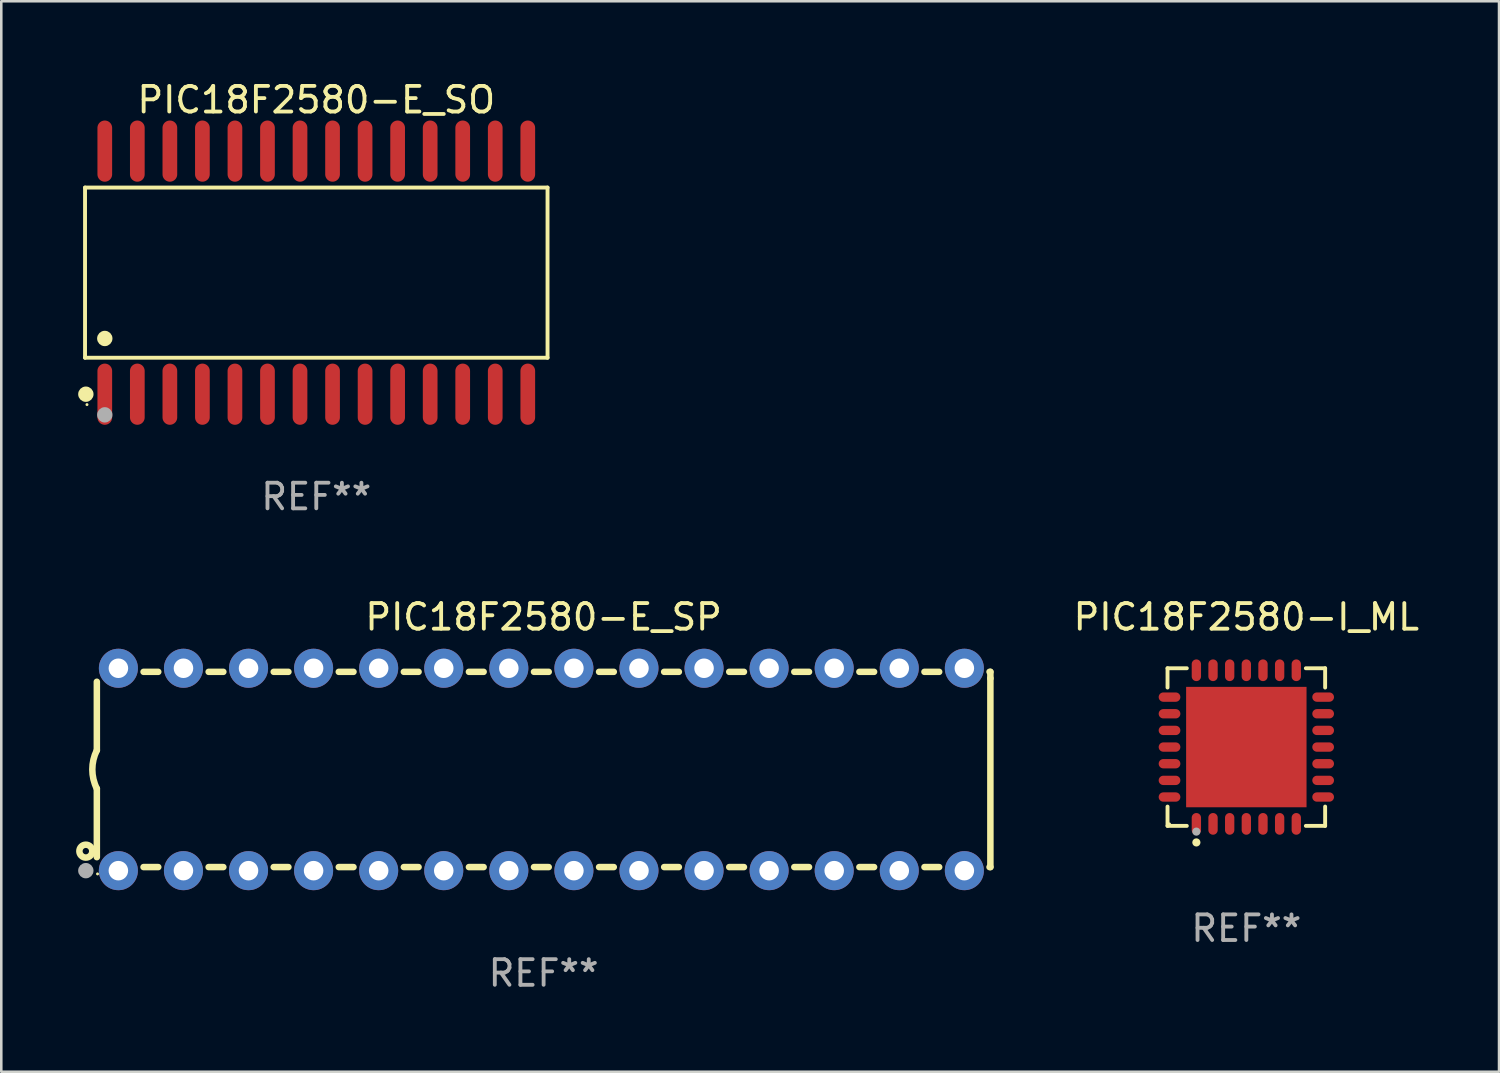
<source format=kicad_pcb>
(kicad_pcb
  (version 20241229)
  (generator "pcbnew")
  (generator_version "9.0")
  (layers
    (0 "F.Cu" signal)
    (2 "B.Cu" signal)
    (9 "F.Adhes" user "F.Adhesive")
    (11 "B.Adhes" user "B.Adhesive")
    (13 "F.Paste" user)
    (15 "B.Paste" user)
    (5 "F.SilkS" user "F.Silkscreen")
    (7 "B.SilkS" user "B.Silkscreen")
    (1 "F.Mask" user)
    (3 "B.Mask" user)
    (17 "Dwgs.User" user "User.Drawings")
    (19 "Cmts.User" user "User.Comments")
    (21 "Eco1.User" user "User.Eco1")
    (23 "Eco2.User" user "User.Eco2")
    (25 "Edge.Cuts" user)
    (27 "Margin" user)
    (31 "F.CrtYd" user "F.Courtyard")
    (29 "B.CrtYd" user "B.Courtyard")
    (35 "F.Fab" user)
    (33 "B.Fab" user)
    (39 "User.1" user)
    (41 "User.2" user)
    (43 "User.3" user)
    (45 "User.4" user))
  (footprint "PIC18F2580-I_ML"
    (layer "F.Cu")
    (at 45.596 26.109)
    (property "Reference" "PIC18F2580-I_ML" (at 0 -5.076 0) (layer "F.SilkS") (effects (font (size 1 1) (thickness 0.15))))
    (attr through_hole)
    (fp_line (start -3.076 -3.076) (end -2.323 -3.076) (stroke (width 0.152) (type solid)) (layer "F.SilkS"))
    (fp_line (start -3.076 -2.323) (end -3.076 -3.076) (stroke (width 0.152) (type solid)) (layer "F.SilkS"))
    (fp_line (start -3.076 2.323) (end -3.076 3.076) (stroke (width 0.152) (type solid)) (layer "F.SilkS"))
    (fp_line (start -3.076 3.076) (end -2.323 3.076) (stroke (width 0.152) (type solid)) (layer "F.SilkS"))
    (fp_line (start 3.076 -3.076) (end 2.323 -3.076) (stroke (width 0.152) (type solid)) (layer "F.SilkS"))
    (fp_line (start 3.076 -2.323) (end 3.076 -3.076) (stroke (width 0.152) (type solid)) (layer "F.SilkS"))
    (fp_line (start 3.076 2.323) (end 3.076 3.076) (stroke (width 0.152) (type solid)) (layer "F.SilkS"))
    (fp_line (start 3.076 3.076) (end 2.323 3.076) (stroke (width 0.152) (type solid)) (layer "F.SilkS"))
    (fp_circle (center -3 3) (end -2.97 3) (stroke (width 0.06) (type solid)) (fill no) (layer "F.SilkS"))
    (fp_circle (center -1.95 3.722) (end -1.87 3.722) (stroke (width 0.16) (type solid)) (fill no) (layer "F.SilkS"))
    (fp_circle (center -1.95 3.3) (end -1.87 3.3) (stroke (width 0.16) (type solid)) (fill no) (layer "F.Fab"))
    (fp_text user "REF**" (at 0 7.076 0) (layer "F.Fab") (effects (font (size 1 1) (thickness 0.15))))
    (pad "1" smd oval (at -1.95 2.998) (size 0.364 0.847) (layers "F.Cu" "F.Mask" "F.Paste"))
    (pad "2" smd oval (at -1.3 2.998) (size 0.364 0.847) (layers "F.Cu" "F.Mask" "F.Paste"))
    (pad "3" smd oval (at -0.65 2.998) (size 0.364 0.847) (layers "F.Cu" "F.Mask" "F.Paste"))
    (pad "4" smd oval (at 0 2.998) (size 0.364 0.847) (layers "F.Cu" "F.Mask" "F.Paste"))
    (pad "5" smd oval (at 0.65 2.998) (size 0.364 0.847) (layers "F.Cu" "F.Mask" "F.Paste"))
    (pad "6" smd oval (at 1.3 2.998) (size 0.364 0.847) (layers "F.Cu" "F.Mask" "F.Paste"))
    (pad "7" smd oval (at 1.95 2.998) (size 0.364 0.847) (layers "F.Cu" "F.Mask" "F.Paste"))
    (pad "8" smd oval (at 2.998 1.95) (size 0.847 0.364) (layers "F.Cu" "F.Mask" "F.Paste"))
    (pad "9" smd oval (at 2.998 1.3) (size 0.847 0.364) (layers "F.Cu" "F.Mask" "F.Paste"))
    (pad "10" smd oval (at 2.998 0.65) (size 0.847 0.364) (layers "F.Cu" "F.Mask" "F.Paste"))
    (pad "11" smd oval (at 2.998 0) (size 0.847 0.364) (layers "F.Cu" "F.Mask" "F.Paste"))
    (pad "12" smd oval (at 2.998 -0.65) (size 0.847 0.364) (layers "F.Cu" "F.Mask" "F.Paste"))
    (pad "13" smd oval (at 2.998 -1.3) (size 0.847 0.364) (layers "F.Cu" "F.Mask" "F.Paste"))
    (pad "14" smd oval (at 2.998 -1.95) (size 0.847 0.364) (layers "F.Cu" "F.Mask" "F.Paste"))
    (pad "15" smd oval (at 1.95 -2.998) (size 0.364 0.847) (layers "F.Cu" "F.Mask" "F.Paste"))
    (pad "16" smd oval (at 1.3 -2.998) (size 0.364 0.847) (layers "F.Cu" "F.Mask" "F.Paste"))
    (pad "17" smd oval (at 0.65 -2.998) (size 0.364 0.847) (layers "F.Cu" "F.Mask" "F.Paste"))
    (pad "18" smd oval (at 0 -2.998) (size 0.364 0.847) (layers "F.Cu" "F.Mask" "F.Paste"))
    (pad "19" smd oval (at -0.65 -2.998) (size 0.364 0.847) (layers "F.Cu" "F.Mask" "F.Paste"))
    (pad "20" smd oval (at -1.3 -2.998) (size 0.364 0.847) (layers "F.Cu" "F.Mask" "F.Paste"))
    (pad "21" smd oval (at -1.95 -2.998) (size 0.364 0.847) (layers "F.Cu" "F.Mask" "F.Paste"))
    (pad "22" smd oval (at -2.998 -1.95) (size 0.847 0.364) (layers "F.Cu" "F.Mask" "F.Paste"))
    (pad "23" smd oval (at -2.998 -1.3) (size 0.847 0.364) (layers "F.Cu" "F.Mask" "F.Paste"))
    (pad "24" smd oval (at -2.998 -0.65) (size 0.847 0.364) (layers "F.Cu" "F.Mask" "F.Paste"))
    (pad "25" smd oval (at -2.998 0) (size 0.847 0.364) (layers "F.Cu" "F.Mask" "F.Paste"))
    (pad "26" smd oval (at -2.998 0.65) (size 0.847 0.364) (layers "F.Cu" "F.Mask" "F.Paste"))
    (pad "27" smd oval (at -2.998 1.3) (size 0.847 0.364) (layers "F.Cu" "F.Mask" "F.Paste"))
    (pad "28" smd oval (at -2.998 1.95) (size 0.847 0.364) (layers "F.Cu" "F.Mask" "F.Paste"))
    (pad "29" smd rect (at 0 0) (size 4.7 4.7) (layers "F.Cu" "F.Mask" "F.Paste")))
  (footprint "PIC18F2580-E_SO"
    (layer "F.Cu")
    (at 9.295 7.592)
    (property "Reference" "PIC18F2580-E_SO" (at 0 -6.744 0) (layer "F.SilkS") (effects (font (size 1 1) (thickness 0.15))))
    (attr through_hole)
    (fp_line (start -9.026 -3.321) (end 9.026 -3.321) (stroke (width 0.152) (type solid)) (layer "F.SilkS"))
    (fp_line (start -9.026 3.321) (end -9.026 -3.321) (stroke (width 0.152) (type solid)) (layer "F.SilkS"))
    (fp_line (start 9.026 -3.321) (end 9.026 3.321) (stroke (width 0.152) (type solid)) (layer "F.SilkS"))
    (fp_line (start 9.026 3.321) (end -9.026 3.321) (stroke (width 0.152) (type solid)) (layer "F.SilkS"))
    (fp_circle (center -8.994 4.744) (end -8.844 4.744) (stroke (width 0.3) (type solid)) (fill no) (layer "F.SilkS"))
    (fp_circle (center -8.95 5.15) (end -8.92 5.15) (stroke (width 0.06) (type solid)) (fill no) (layer "F.SilkS"))
    (fp_circle (center -8.255 2.569) (end -8.105 2.569) (stroke (width 0.3) (type solid)) (fill no) (layer "F.SilkS"))
    (fp_circle (center -8.255 5.55) (end -8.105 5.55) (stroke (width 0.3) (type solid)) (fill no) (layer "F.Fab"))
    (fp_text user "REF**" (at 0 8.744 0) (layer "F.Fab") (effects (font (size 1 1) (thickness 0.15))))
    (pad "1" smd oval (at -8.255 4.744) (size 0.574 2.388) (layers "F.Cu" "F.Mask" "F.Paste"))
    (pad "2" smd oval (at -6.985 4.744) (size 0.574 2.388) (layers "F.Cu" "F.Mask" "F.Paste"))
    (pad "3" smd oval (at -5.715 4.744) (size 0.574 2.388) (layers "F.Cu" "F.Mask" "F.Paste"))
    (pad "4" smd oval (at -4.445 4.744) (size 0.574 2.388) (layers "F.Cu" "F.Mask" "F.Paste"))
    (pad "5" smd oval (at -3.175 4.744) (size 0.574 2.388) (layers "F.Cu" "F.Mask" "F.Paste"))
    (pad "6" smd oval (at -1.905 4.744) (size 0.574 2.388) (layers "F.Cu" "F.Mask" "F.Paste"))
    (pad "7" smd oval (at -0.635 4.744) (size 0.574 2.388) (layers "F.Cu" "F.Mask" "F.Paste"))
    (pad "8" smd oval (at 0.635 4.744) (size 0.574 2.388) (layers "F.Cu" "F.Mask" "F.Paste"))
    (pad "9" smd oval (at 1.905 4.744) (size 0.574 2.388) (layers "F.Cu" "F.Mask" "F.Paste"))
    (pad "10" smd oval (at 3.175 4.744) (size 0.574 2.388) (layers "F.Cu" "F.Mask" "F.Paste"))
    (pad "11" smd oval (at 4.445 4.744) (size 0.574 2.388) (layers "F.Cu" "F.Mask" "F.Paste"))
    (pad "12" smd oval (at 5.715 4.744) (size 0.574 2.388) (layers "F.Cu" "F.Mask" "F.Paste"))
    (pad "13" smd oval (at 6.985 4.744) (size 0.574 2.388) (layers "F.Cu" "F.Mask" "F.Paste"))
    (pad "14" smd oval (at 8.255 4.744) (size 0.574 2.388) (layers "F.Cu" "F.Mask" "F.Paste"))
    (pad "15" smd oval (at 8.255 -4.744) (size 0.574 2.388) (layers "F.Cu" "F.Mask" "F.Paste"))
    (pad "16" smd oval (at 6.985 -4.744) (size 0.574 2.388) (layers "F.Cu" "F.Mask" "F.Paste"))
    (pad "17" smd oval (at 5.715 -4.744) (size 0.574 2.388) (layers "F.Cu" "F.Mask" "F.Paste"))
    (pad "18" smd oval (at 4.445 -4.744) (size 0.574 2.388) (layers "F.Cu" "F.Mask" "F.Paste"))
    (pad "19" smd oval (at 3.175 -4.744) (size 0.574 2.388) (layers "F.Cu" "F.Mask" "F.Paste"))
    (pad "20" smd oval (at 1.905 -4.744) (size 0.574 2.388) (layers "F.Cu" "F.Mask" "F.Paste"))
    (pad "21" smd oval (at 0.635 -4.744) (size 0.574 2.388) (layers "F.Cu" "F.Mask" "F.Paste"))
    (pad "22" smd oval (at -0.635 -4.744) (size 0.574 2.388) (layers "F.Cu" "F.Mask" "F.Paste"))
    (pad "23" smd oval (at -1.905 -4.744) (size 0.574 2.388) (layers "F.Cu" "F.Mask" "F.Paste"))
    (pad "24" smd oval (at -3.175 -4.744) (size 0.574 2.388) (layers "F.Cu" "F.Mask" "F.Paste"))
    (pad "25" smd oval (at -4.445 -4.744) (size 0.574 2.388) (layers "F.Cu" "F.Mask" "F.Paste"))
    (pad "26" smd oval (at -5.715 -4.744) (size 0.574 2.388) (layers "F.Cu" "F.Mask" "F.Paste"))
    (pad "27" smd oval (at -6.985 -4.744) (size 0.574 2.388) (layers "F.Cu" "F.Mask" "F.Paste"))
    (pad "28" smd oval (at -8.255 -4.744) (size 0.574 2.388) (layers "F.Cu" "F.Mask" "F.Paste")))
  (footprint "PIC18F2580-E_SP"
    (layer "F.Cu")
    (at 18.168 26.983)
    (property "Reference" "PIC18F2580-E_SP" (at 0 -5.95 0) (layer "F.SilkS") (effects (font (size 1 1) (thickness 0.15))))
    (attr through_hole)
    (fp_line (start -17.438 0.75) (end -17.438 3.423) (stroke (width 0.254) (type solid)) (layer "F.SilkS"))
    (fp_line (start -17.438 -3.423) (end -17.438 -0.75) (stroke (width 0.254) (type solid)) (layer "F.SilkS"))
    (fp_line (start -15.615 3.81) (end -15.041 3.81) (stroke (width 0.254) (type solid)) (layer "F.SilkS"))
    (fp_line (start -15.041 -3.81) (end -15.614 -3.81) (stroke (width 0.254) (type solid)) (layer "F.SilkS"))
    (fp_line (start -13.075 3.81) (end -12.501 3.81) (stroke (width 0.254) (type solid)) (layer "F.SilkS"))
    (fp_line (start -12.501 -3.81) (end -13.074 -3.81) (stroke (width 0.254) (type solid)) (layer "F.SilkS"))
    (fp_line (start -10.535 3.81) (end -9.961 3.81) (stroke (width 0.254) (type solid)) (layer "F.SilkS"))
    (fp_line (start -9.961 -3.81) (end -10.534 -3.81) (stroke (width 0.254) (type solid)) (layer "F.SilkS"))
    (fp_line (start -7.995 3.81) (end -7.421 3.81) (stroke (width 0.254) (type solid)) (layer "F.SilkS"))
    (fp_line (start -7.421 -3.81) (end -7.995 -3.81) (stroke (width 0.254) (type solid)) (layer "F.SilkS"))
    (fp_line (start -5.455 3.81) (end -4.881 3.81) (stroke (width 0.254) (type solid)) (layer "F.SilkS"))
    (fp_line (start -4.881 -3.81) (end -5.455 -3.81) (stroke (width 0.254) (type solid)) (layer "F.SilkS"))
    (fp_line (start -2.915 3.81) (end -2.341 3.81) (stroke (width 0.254) (type solid)) (layer "F.SilkS"))
    (fp_line (start -2.341 -3.81) (end -2.915 -3.81) (stroke (width 0.254) (type solid)) (layer "F.SilkS"))
    (fp_line (start -0.375 3.81) (end 0.199 3.81) (stroke (width 0.254) (type solid)) (layer "F.SilkS"))
    (fp_line (start 0.199 -3.81) (end -0.375 -3.81) (stroke (width 0.254) (type solid)) (layer "F.SilkS"))
    (fp_line (start 2.165 3.81) (end 2.739 3.81) (stroke (width 0.254) (type solid)) (layer "F.SilkS"))
    (fp_line (start 2.739 -3.81) (end 2.165 -3.81) (stroke (width 0.254) (type solid)) (layer "F.SilkS"))
    (fp_line (start 4.705 3.81) (end 5.279 3.81) (stroke (width 0.254) (type solid)) (layer "F.SilkS"))
    (fp_line (start 5.279 -3.81) (end 4.705 -3.81) (stroke (width 0.254) (type solid)) (layer "F.SilkS"))
    (fp_line (start 7.245 3.81) (end 7.819 3.81) (stroke (width 0.254) (type solid)) (layer "F.SilkS"))
    (fp_line (start 7.819 -3.81) (end 7.245 -3.81) (stroke (width 0.254) (type solid)) (layer "F.SilkS"))
    (fp_line (start 9.785 3.81) (end 10.359 3.81) (stroke (width 0.254) (type solid)) (layer "F.SilkS"))
    (fp_line (start 10.359 -3.81) (end 9.785 -3.81) (stroke (width 0.254) (type solid)) (layer "F.SilkS"))
    (fp_line (start 12.325 3.81) (end 12.899 3.81) (stroke (width 0.254) (type solid)) (layer "F.SilkS"))
    (fp_line (start 12.899 -3.81) (end 12.325 -3.81) (stroke (width 0.254) (type solid)) (layer "F.SilkS"))
    (fp_line (start 14.865 3.81) (end 15.439 3.81) (stroke (width 0.254) (type solid)) (layer "F.SilkS"))
    (fp_line (start 15.439 -3.81) (end 14.865 -3.81) (stroke (width 0.254) (type solid)) (layer "F.SilkS"))
    (fp_line (start 17.405 3.81) (end 17.438 3.81) (stroke (width 0.254) (type solid)) (layer "F.SilkS"))
    (fp_line (start 17.438 -3.81) (end 17.405 -3.81) (stroke (width 0.254) (type solid)) (layer "F.SilkS"))
    (fp_line (start 17.438 -3.556) (end 17.438 -3.81) (stroke (width 0.254) (type solid)) (layer "F.SilkS"))
    (fp_line (start 17.438 3.81) (end 17.438 -3.556) (stroke (width 0.254) (type solid)) (layer "F.SilkS"))
    (fp_arc (start -17.437986 0.749657) (mid -17.614887 -0.000024) (end -17.437783 -0.749657) (stroke (width 0.254001) (type solid)) (layer "F.SilkS"))
    (fp_circle (center -17.868 3.188) (end -17.743 3.188) (stroke (width 0.254) (type solid)) (fill no) (layer "F.SilkS"))
    (fp_circle (center -17.411 4.077) (end -17.381 4.077) (stroke (width 0.06) (type solid)) (fill no) (layer "F.SilkS"))
    (fp_circle (center -17.868 3.95) (end -17.718 3.95) (stroke (width 0.3) (type solid)) (fill no) (layer "F.Fab"))
    (fp_text user "REF**" (at 0 7.95 0) (layer "F.Fab") (effects (font (size 1 1) (thickness 0.15))))
    (pad "1" thru_hole circle (at -16.598 3.95) (size 1.524 1.524) (drill 0.762) (layers "*.Cu" "*.Mask"))
    (pad "2" thru_hole circle (at -14.058 3.95) (size 1.524 1.524) (drill 0.762) (layers "*.Cu" "*.Mask"))
    (pad "3" thru_hole circle (at -11.518 3.95) (size 1.524 1.524) (drill 0.762) (layers "*.Cu" "*.Mask"))
    (pad "4" thru_hole circle (at -8.978 3.95) (size 1.524 1.524) (drill 0.762) (layers "*.Cu" "*.Mask"))
    (pad "5" thru_hole circle (at -6.438 3.95) (size 1.524 1.524) (drill 0.762) (layers "*.Cu" "*.Mask"))
    (pad "6" thru_hole circle (at -3.898 3.95) (size 1.524 1.524) (drill 0.762) (layers "*.Cu" "*.Mask"))
    (pad "7" thru_hole circle (at -1.358 3.95) (size 1.524 1.524) (drill 0.762) (layers "*.Cu" "*.Mask"))
    (pad "8" thru_hole circle (at 1.182 3.95) (size 1.524 1.524) (drill 0.762) (layers "*.Cu" "*.Mask"))
    (pad "9" thru_hole circle (at 3.722 3.95) (size 1.524 1.524) (drill 0.762) (layers "*.Cu" "*.Mask"))
    (pad "10" thru_hole circle (at 6.262 3.95) (size 1.524 1.524) (drill 0.762) (layers "*.Cu" "*.Mask"))
    (pad "11" thru_hole circle (at 8.802 3.95) (size 1.524 1.524) (drill 0.762) (layers "*.Cu" "*.Mask"))
    (pad "12" thru_hole circle (at 11.342 3.95) (size 1.524 1.524) (drill 0.762) (layers "*.Cu" "*.Mask"))
    (pad "13" thru_hole circle (at 13.882 3.95) (size 1.524 1.524) (drill 0.762) (layers "*.Cu" "*.Mask"))
    (pad "14" thru_hole circle (at 16.422 3.95) (size 1.524 1.524) (drill 0.762) (layers "*.Cu" "*.Mask"))
    (pad "15" thru_hole circle (at 16.422 -3.95) (size 1.524 1.524) (drill 0.762) (layers "*.Cu" "*.Mask"))
    (pad "16" thru_hole circle (at 13.882 -3.95) (size 1.524 1.524) (drill 0.762) (layers "*.Cu" "*.Mask"))
    (pad "17" thru_hole circle (at 11.342 -3.95) (size 1.524 1.524) (drill 0.762) (layers "*.Cu" "*.Mask"))
    (pad "18" thru_hole circle (at 8.802 -3.95) (size 1.524 1.524) (drill 0.762) (layers "*.Cu" "*.Mask"))
    (pad "19" thru_hole circle (at 6.262 -3.95) (size 1.524 1.524) (drill 0.762) (layers "*.Cu" "*.Mask"))
    (pad "20" thru_hole circle (at 3.722 -3.95) (size 1.524 1.524) (drill 0.762) (layers "*.Cu" "*.Mask"))
    (pad "21" thru_hole circle (at 1.182 -3.95) (size 1.524 1.524) (drill 0.762) (layers "*.Cu" "*.Mask"))
    (pad "22" thru_hole circle (at -1.358 -3.95) (size 1.524 1.524) (drill 0.762) (layers "*.Cu" "*.Mask"))
    (pad "23" thru_hole circle (at -3.898 -3.95) (size 1.524 1.524) (drill 0.762) (layers "*.Cu" "*.Mask"))
    (pad "24" thru_hole circle (at -6.438 -3.95) (size 1.524 1.524) (drill 0.762) (layers "*.Cu" "*.Mask"))
    (pad "25" thru_hole circle (at -8.978 -3.95) (size 1.524 1.524) (drill 0.762) (layers "*.Cu" "*.Mask"))
    (pad "26" thru_hole circle (at -11.517 -3.95) (size 1.524 1.524) (drill 0.762) (layers "*.Cu" "*.Mask"))
    (pad "27" thru_hole circle (at -14.057 -3.95) (size 1.524 1.524) (drill 0.762) (layers "*.Cu" "*.Mask"))
    (pad "28" thru_hole circle (at -16.597 -3.95) (size 1.524 1.524) (drill 0.762) (layers "*.Cu" "*.Mask")))
  (gr_rect
    (start -3 -3)
    (end 55.459 38.781)
    (stroke (width 0.1) (type default))
    (fill no)
    (layer "Edge.Cuts")))
</source>
